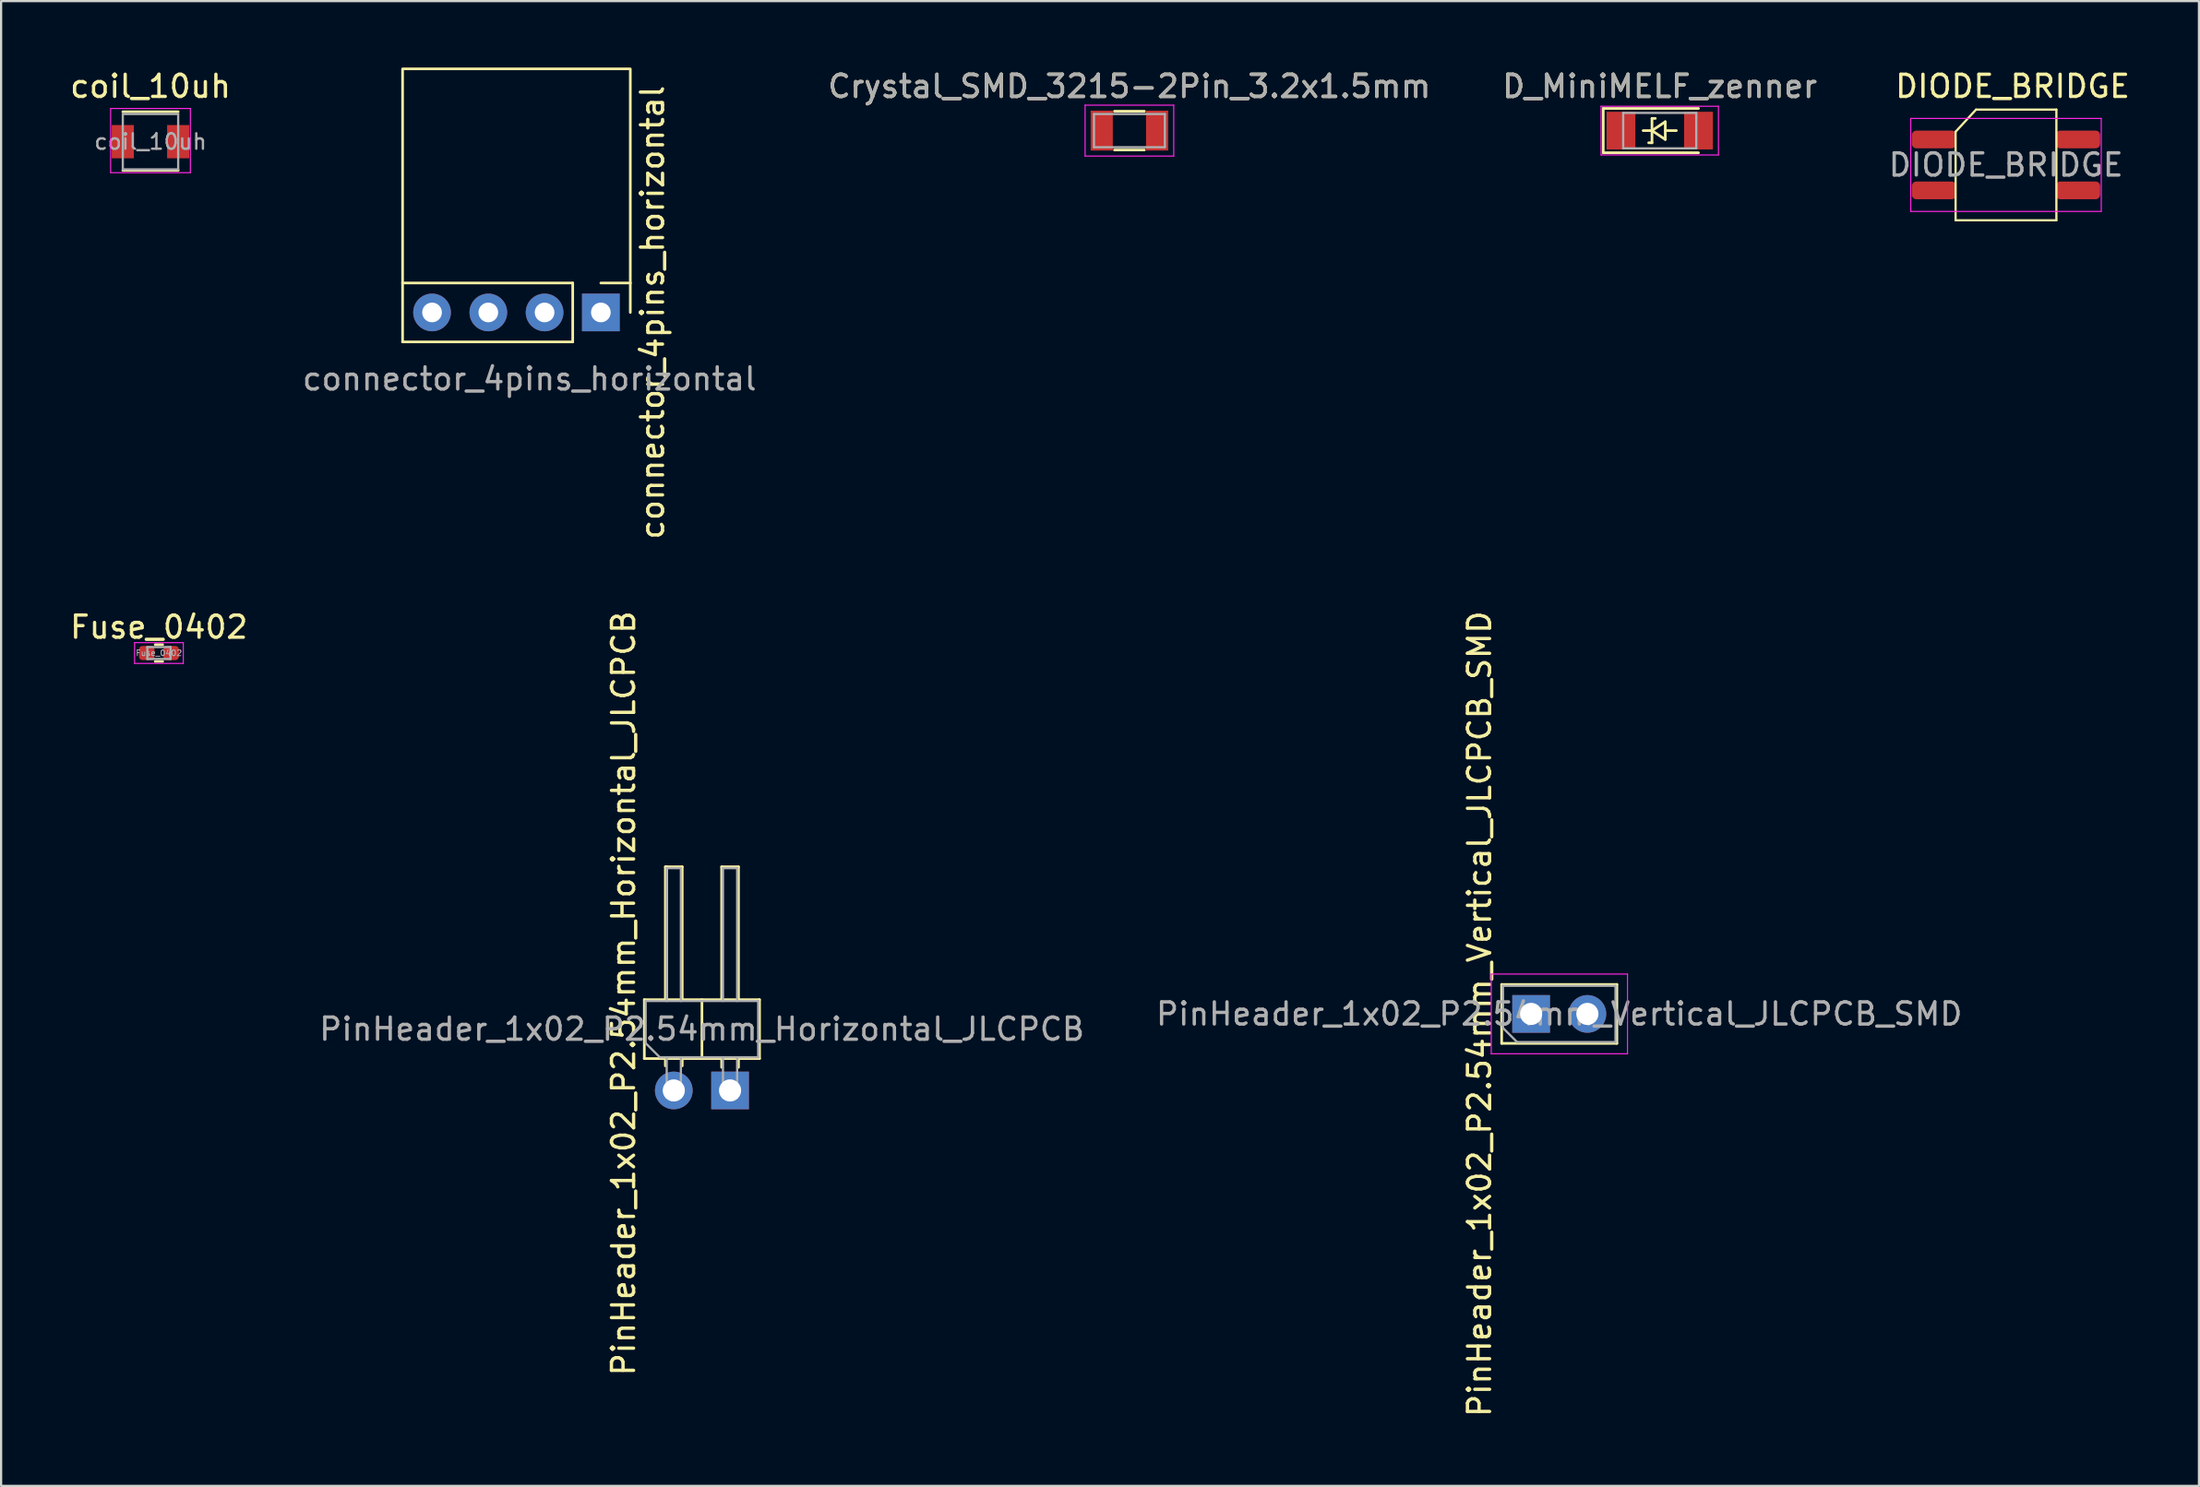
<source format=kicad_pcb>
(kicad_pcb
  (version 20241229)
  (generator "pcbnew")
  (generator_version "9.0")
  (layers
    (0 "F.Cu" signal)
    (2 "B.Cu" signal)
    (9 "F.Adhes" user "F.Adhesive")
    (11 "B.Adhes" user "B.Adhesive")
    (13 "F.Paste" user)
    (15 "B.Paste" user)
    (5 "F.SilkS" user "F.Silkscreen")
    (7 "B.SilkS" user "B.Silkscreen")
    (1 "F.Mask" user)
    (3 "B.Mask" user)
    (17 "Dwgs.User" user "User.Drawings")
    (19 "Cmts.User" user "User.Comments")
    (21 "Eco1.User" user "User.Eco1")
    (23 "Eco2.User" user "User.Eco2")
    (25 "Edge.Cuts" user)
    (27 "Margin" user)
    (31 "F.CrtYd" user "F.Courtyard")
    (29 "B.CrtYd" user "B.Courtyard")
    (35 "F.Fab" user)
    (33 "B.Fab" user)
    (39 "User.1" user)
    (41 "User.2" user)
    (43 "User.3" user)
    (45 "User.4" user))
  (footprint "PinHeader_1x02_P2.54mm_Vertical_JLCPCB_SMD"
    (layer "F.Cu")
    (at 67.339 42.739)
    (property "Reference" "PinHeader_1x02_P2.54mm_Vertical_JLCPCB_SMD" (at -3.6 0 90) (layer "F.SilkS") (effects (font (size 1 1) (thickness 0.15))))
    (attr smd)
    (fp_line (start -2.6 -1.33) (end 2.6 -1.33) (stroke (width 0.12) (type solid)) (layer "F.SilkS"))
    (fp_line (start -2.6 1.33) (end -2.6 -1.33) (stroke (width 0.12) (type solid)) (layer "F.SilkS"))
    (fp_line (start -2.6 1.33) (end 2.6 1.33) (stroke (width 0.12) (type solid)) (layer "F.SilkS"))
    (fp_line (start 2.6 1.33) (end 2.6 -1.33) (stroke (width 0.12) (type solid)) (layer "F.SilkS"))
    (fp_line (start -3.07 -1.8) (end -3.07 1.8) (stroke (width 0.05) (type solid)) (layer "F.CrtYd"))
    (fp_line (start -3.07 1.8) (end 3.08 1.8) (stroke (width 0.05) (type solid)) (layer "F.CrtYd"))
    (fp_line (start 3.08 -1.8) (end -3.07 -1.8) (stroke (width 0.05) (type solid)) (layer "F.CrtYd"))
    (fp_line (start 3.08 1.8) (end 3.08 -1.8) (stroke (width 0.05) (type solid)) (layer "F.CrtYd"))
    (fp_line (start -2.54 -1.27) (end 2.54 -1.27) (stroke (width 0.1) (type solid)) (layer "F.Fab"))
    (fp_line (start -2.54 0.635) (end -2.54 -1.27) (stroke (width 0.1) (type solid)) (layer "F.Fab"))
    (fp_line (start -1.905 1.27) (end -2.54 0.635) (stroke (width 0.1) (type solid)) (layer "F.Fab"))
    (fp_line (start 2.54 -1.27) (end 2.54 1.27) (stroke (width 0.1) (type solid)) (layer "F.Fab"))
    (fp_line (start 2.54 1.27) (end -1.905 1.27) (stroke (width 0.1) (type solid)) (layer "F.Fab"))
    (fp_text user "${REFERENCE}" (at 0 0 180) (layer "F.Fab") (effects (font (size 1 1) (thickness 0.15))))
    (pad "1" thru_hole rect (at -1.27 0) (size 1.7 1.7) (drill 1) (layers "*.Cu" "*.Mask"))
    (pad "2" thru_hole oval (at 1.27 0) (size 1.7 1.7) (drill 1) (layers "*.Cu" "*.Mask")))
  (footprint "DIODE_BRIDGE"
    (layer "F.Cu")
    (at 87.506 4.398)
    (property "Reference" "DIODE_BRIDGE" (at 0.3 -3.55 0) (layer "F.SilkS") (effects (font (size 1 1) (thickness 0.15))))
    (attr smd)
    (fp_line (start -2.275 -1.5) (end -1.35 -2.5) (stroke (width 0.1) (type solid)) (layer "F.SilkS"))
    (fp_line (start -2.275 2.5) (end -2.275 -1.5) (stroke (width 0.1) (type solid)) (layer "F.SilkS"))
    (fp_line (start -1.35 -2.5) (end 2.275 -2.5) (stroke (width 0.1) (type solid)) (layer "F.SilkS"))
    (fp_line (start 2.275 -2.5) (end 2.275 2.5) (stroke (width 0.1) (type solid)) (layer "F.SilkS"))
    (fp_line (start 2.275 2.5) (end -2.275 2.5) (stroke (width 0.1) (type solid)) (layer "F.SilkS"))
    (fp_line (start -4.3 -2.1) (end -4.3 2.1) (stroke (width 0.05) (type solid)) (layer "F.CrtYd"))
    (fp_line (start -4.3 2.1) (end 4.3 2.1) (stroke (width 0.05) (type solid)) (layer "F.CrtYd"))
    (fp_line (start 4.3 -2.1) (end -4.3 -2.1) (stroke (width 0.05) (type solid)) (layer "F.CrtYd"))
    (fp_line (start 4.3 2.1) (end 4.3 -2.1) (stroke (width 0.05) (type solid)) (layer "F.CrtYd"))
    (fp_text user "${REFERENCE}" (at 0 0 0) (layer "F.Fab") (effects (font (size 1 1) (thickness 0.15))))
    (pad "1" smd roundrect (at -3.25 -1.15) (size 2 0.8) (layers "F.Cu" "F.Mask" "F.Paste") (roundrect_rratio 0.25))
    (pad "2" smd roundrect (at -3.25 1.15) (size 2 0.8) (layers "F.Cu" "F.Mask" "F.Paste") (roundrect_rratio 0.25))
    (pad "3" smd roundrect (at 3.25 1.15) (size 2 0.8) (layers "F.Cu" "F.Mask" "F.Paste") (roundrect_rratio 0.25))
    (pad "4" smd roundrect (at 3.25 -1.15) (size 2 0.8) (layers "F.Cu" "F.Mask" "F.Paste") (roundrect_rratio 0.25)))
  (footprint "Crystal_SMD_3215-2Pin_3.2x1.5mm"
    (layer "F.Cu")
    (at 47.935 2.848)
    (property "Reference" "Crystal_SMD_3215-2Pin_3.2x1.5mm" (at 0 -2 0) (layer "F.SilkS") (effects (font (size 1 1) (thickness 0.15))))
    (attr smd)
    (fp_line (start -0.675 -0.875) (end 0.675 -0.875) (stroke (width 0.12) (type solid)) (layer "F.SilkS"))
    (fp_line (start -0.675 0.875) (end 0.675 0.875) (stroke (width 0.12) (type solid)) (layer "F.SilkS"))
    (fp_line (start -2 -1.15) (end -2 1.15) (stroke (width 0.05) (type solid)) (layer "F.CrtYd"))
    (fp_line (start -2 -1.15) (end 2 -1.15) (stroke (width 0.05) (type solid)) (layer "F.CrtYd"))
    (fp_line (start -2 1.15) (end 2 1.15) (stroke (width 0.05) (type solid)) (layer "F.CrtYd"))
    (fp_line (start 2 -1.15) (end 2 1.15) (stroke (width 0.05) (type solid)) (layer "F.CrtYd"))
    (fp_line (start -1.6 -0.75) (end -1.6 0.75) (stroke (width 0.1) (type solid)) (layer "F.Fab"))
    (fp_line (start -1.6 -0.75) (end 1.6 -0.75) (stroke (width 0.1) (type solid)) (layer "F.Fab"))
    (fp_line (start -1.6 0.75) (end 1.6 0.75) (stroke (width 0.1) (type solid)) (layer "F.Fab"))
    (fp_line (start 1.6 -0.75) (end 1.6 0.75) (stroke (width 0.1) (type solid)) (layer "F.Fab"))
    (fp_text user "${REFERENCE}" (at 0 -2 0) (layer "F.Fab") (effects (font (size 1 1) (thickness 0.15))))
    (pad "1" smd rect (at 1.25 0) (size 1 1.8) (layers "F.Cu" "F.Mask" "F.Paste"))
    (pad "2" smd rect (at -1.25 0) (size 1 1.8) (layers "F.Cu" "F.Mask" "F.Paste")))
  (footprint "Fuse_0402"
    (layer "F.Cu")
    (at 4.125 26.441)
    (property "Reference" "Fuse_0402" (at 0 -1.17 0) (layer "F.SilkS") (effects (font (size 1 1) (thickness 0.15))))
    (attr smd)
    (fp_line (start -0.168 -0.38) (end 0.168 -0.38) (stroke (width 0.12) (type solid)) (layer "F.SilkS"))
    (fp_line (start -0.168 0.38) (end 0.168 0.38) (stroke (width 0.12) (type solid)) (layer "F.SilkS"))
    (fp_line (start -1.1 -0.47) (end 1.1 -0.47) (stroke (width 0.05) (type solid)) (layer "F.CrtYd"))
    (fp_line (start -1.1 0.47) (end -1.1 -0.47) (stroke (width 0.05) (type solid)) (layer "F.CrtYd"))
    (fp_line (start 1.1 -0.47) (end 1.1 0.47) (stroke (width 0.05) (type solid)) (layer "F.CrtYd"))
    (fp_line (start 1.1 0.47) (end -1.1 0.47) (stroke (width 0.05) (type solid)) (layer "F.CrtYd"))
    (fp_line (start -0.525 -0.27) (end 0.525 -0.27) (stroke (width 0.1) (type solid)) (layer "F.Fab"))
    (fp_line (start -0.525 0.27) (end -0.525 -0.27) (stroke (width 0.1) (type solid)) (layer "F.Fab"))
    (fp_line (start 0.525 -0.27) (end 0.525 0.27) (stroke (width 0.1) (type solid)) (layer "F.Fab"))
    (fp_line (start 0.525 0.27) (end -0.525 0.27) (stroke (width 0.1) (type solid)) (layer "F.Fab"))
    (fp_text user "${REFERENCE}" (at 0 0 0) (layer "F.Fab") (effects (font (size 0.26 0.26) (thickness 0.04))))
    (pad "1" smd roundrect (at -0.55 0) (size 0.7 0.64) (layers "F.Cu" "F.Mask" "F.Paste") (roundrect_rratio 0.25))
    (pad "2" smd roundrect (at 0.55 0) (size 0.7 0.64) (layers "F.Cu" "F.Mask" "F.Paste") (roundrect_rratio 0.25)))
  (footprint "connector_4pins_horizontal"
    (layer "F.Cu")
    (at 20.264 11.06)
    (property "Reference" "connector_4pins_horizontal" (at 6.14 0 270) (layer "F.SilkS") (effects (font (size 1 1) (thickness 0.15))))
    (attr smd)
    (fp_line (start -5.14 -11) (end -5.14 -1.33) (stroke (width 0.12) (type solid)) (layer "F.SilkS"))
    (fp_line (start -5.14 -1.33) (end -5.14 1.33) (stroke (width 0.12) (type solid)) (layer "F.SilkS"))
    (fp_line (start 2.54 -1.33) (end -5.14 -1.33) (stroke (width 0.12) (type solid)) (layer "F.SilkS"))
    (fp_line (start 2.54 -1.33) (end 2.54 1.33) (stroke (width 0.12) (type solid)) (layer "F.SilkS"))
    (fp_line (start 2.54 1.33) (end -5.14 1.33) (stroke (width 0.12) (type solid)) (layer "F.SilkS"))
    (fp_line (start 3.81 -1.33) (end 5.14 -1.33) (stroke (width 0.12) (type solid)) (layer "F.SilkS"))
    (fp_line (start 5.08 -11) (end -5.08 -11) (stroke (width 0.12) (type solid)) (layer "F.SilkS"))
    (fp_line (start 5.14 -1.33) (end 5.14 -11) (stroke (width 0.12) (type solid)) (layer "F.SilkS"))
    (fp_line (start 5.14 -1.33) (end 5.14 0) (stroke (width 0.12) (type solid)) (layer "F.SilkS"))
    (fp_text user "${REFERENCE}" (at 0.587 3 0) (layer "F.Fab") (effects (font (size 1 1) (thickness 0.15))))
    (pad "1" thru_hole rect (at 3.81 0) (size 1.7 1.7) (drill 0.889) (layers "*.Cu" "*.Mask"))
    (pad "2" thru_hole oval (at 1.27 0) (size 1.7 1.7) (drill 0.889) (layers "*.Cu" "*.Mask"))
    (pad "3" thru_hole oval (at -1.27 0) (size 1.7 1.7) (drill 0.889) (layers "*.Cu" "*.Mask"))
    (pad "4" thru_hole oval (at -3.81 0) (size 1.7 1.7) (drill 0.889) (layers "*.Cu" "*.Mask")))
  (footprint "D_MiniMELF_zenner"
    (layer "F.Cu")
    (at 71.875 2.848)
    (property "Reference" "D_MiniMELF_zenner" (at 0 -2 0) (layer "F.SilkS") (effects (font (size 1 1) (thickness 0.15))))
    (attr smd)
    (fp_line (start -2.55 -1) (end -2.55 1) (stroke (width 0.12) (type solid)) (layer "F.SilkS"))
    (fp_line (start -2.55 1) (end 1.75 1) (stroke (width 0.12) (type solid)) (layer "F.SilkS"))
    (fp_line (start -0.75 0) (end -0.35 0) (stroke (width 0.12) (type solid)) (layer "F.SilkS"))
    (fp_line (start -0.5 0.55) (end -0.35 0.55) (stroke (width 0.12) (type solid)) (layer "F.SilkS"))
    (fp_line (start -0.35 -0.55) (end -0.2 -0.55) (stroke (width 0.12) (type solid)) (layer "F.SilkS"))
    (fp_line (start -0.35 0) (end -0.35 -0.55) (stroke (width 0.12) (type solid)) (layer "F.SilkS"))
    (fp_line (start -0.35 0) (end -0.35 0.55) (stroke (width 0.12) (type solid)) (layer "F.SilkS"))
    (fp_line (start -0.35 0) (end 0.25 -0.4) (stroke (width 0.12) (type solid)) (layer "F.SilkS"))
    (fp_line (start 0.25 -0.4) (end 0.25 0.4) (stroke (width 0.12) (type solid)) (layer "F.SilkS"))
    (fp_line (start 0.25 0) (end 0.75 0) (stroke (width 0.12) (type solid)) (layer "F.SilkS"))
    (fp_line (start 0.25 0.4) (end -0.35 0) (stroke (width 0.12) (type solid)) (layer "F.SilkS"))
    (fp_line (start 1.75 -1) (end -2.55 -1) (stroke (width 0.12) (type solid)) (layer "F.SilkS"))
    (fp_line (start -2.65 -1.1) (end 2.65 -1.1) (stroke (width 0.05) (type solid)) (layer "F.CrtYd"))
    (fp_line (start -2.65 1.1) (end -2.65 -1.1) (stroke (width 0.05) (type solid)) (layer "F.CrtYd"))
    (fp_line (start 2.65 -1.1) (end 2.65 1.1) (stroke (width 0.05) (type solid)) (layer "F.CrtYd"))
    (fp_line (start 2.65 1.1) (end -2.65 1.1) (stroke (width 0.05) (type solid)) (layer "F.CrtYd"))
    (fp_line (start -1.65 -0.8) (end 1.65 -0.8) (stroke (width 0.1) (type solid)) (layer "F.Fab"))
    (fp_line (start -1.65 0.8) (end -1.65 -0.8) (stroke (width 0.1) (type solid)) (layer "F.Fab"))
    (fp_line (start 1.65 -0.8) (end 1.65 0.8) (stroke (width 0.1) (type solid)) (layer "F.Fab"))
    (fp_line (start 1.65 0.8) (end -1.65 0.8) (stroke (width 0.1) (type solid)) (layer "F.Fab"))
    (fp_text user "${REFERENCE}" (at 0 -2 0) (layer "F.Fab") (effects (font (size 1 1) (thickness 0.15))))
    (pad "1" smd rect (at -1.75 0) (size 1.3 1.7) (layers "F.Cu" "F.Mask" "F.Paste"))
    (pad "2" smd rect (at 1.75 0) (size 1.3 1.7) (layers "F.Cu" "F.Mask" "F.Paste")))
  (footprint "PinHeader_1x02_P2.54mm_Horizontal_JLCPCB"
    (layer "F.Cu")
    (at 28.637 46.195)
    (property "Reference" "PinHeader_1x02_P2.54mm_Horizontal_JLCPCB" (at -3.54 -4.385 90) (layer "F.SilkS") (effects (font (size 1 1) (thickness 0.15))))
    (attr smd)
    (fp_line (start -2.6 -4.1) (end -2.6 -1.44) (stroke (width 0.12) (type solid)) (layer "F.SilkS"))
    (fp_line (start -2.6 -1.44) (end 2.6 -1.44) (stroke (width 0.12) (type solid)) (layer "F.SilkS"))
    (fp_line (start -1.65 -10.1) (end -0.89 -10.1) (stroke (width 0.12) (type solid)) (layer "F.SilkS"))
    (fp_line (start -1.65 -4.1) (end -1.65 -10.1) (stroke (width 0.12) (type solid)) (layer "F.SilkS"))
    (fp_line (start -1.65 -1.11) (end -1.65 -1.44) (stroke (width 0.12) (type solid)) (layer "F.SilkS"))
    (fp_line (start -1.59 -4.1) (end -1.59 -10.1) (stroke (width 0.12) (type solid)) (layer "F.SilkS"))
    (fp_line (start -0.89 -10.1) (end -0.89 -4.1) (stroke (width 0.12) (type solid)) (layer "F.SilkS"))
    (fp_line (start -0.89 -1.11) (end -0.89 -1.44) (stroke (width 0.12) (type solid)) (layer "F.SilkS"))
    (fp_line (start 0 -1.44) (end 0 -4.1) (stroke (width 0.12) (type solid)) (layer "F.SilkS"))
    (fp_line (start 0.89 -10.1) (end 1.65 -10.1) (stroke (width 0.12) (type solid)) (layer "F.SilkS"))
    (fp_line (start 0.89 -4.1) (end 0.89 -10.1) (stroke (width 0.12) (type solid)) (layer "F.SilkS"))
    (fp_line (start 0.89 -1.043) (end 0.89 -1.44) (stroke (width 0.12) (type solid)) (layer "F.SilkS"))
    (fp_line (start 1.65 -10.1) (end 1.65 -4.1) (stroke (width 0.12) (type solid)) (layer "F.SilkS"))
    (fp_line (start 1.65 -1.043) (end 1.65 -1.44) (stroke (width 0.12) (type solid)) (layer "F.SilkS"))
    (fp_line (start 2.6 -4.1) (end -2.6 -4.1) (stroke (width 0.12) (type solid)) (layer "F.SilkS"))
    (fp_line (start 2.6 -1.44) (end 2.6 -4.1) (stroke (width 0.12) (type solid)) (layer "F.SilkS"))
    (fp_line (start -2.54 -4.04) (end 2.54 -4.04) (stroke (width 0.1) (type solid)) (layer "F.Fab"))
    (fp_line (start -2.54 -2.135) (end -2.54 -4.04) (stroke (width 0.1) (type solid)) (layer "F.Fab"))
    (fp_line (start -1.905 -1.5) (end -2.54 -2.135) (stroke (width 0.1) (type solid)) (layer "F.Fab"))
    (fp_line (start -1.59 -10.04) (end -0.95 -10.04) (stroke (width 0.1) (type solid)) (layer "F.Fab"))
    (fp_line (start -1.59 -4.04) (end -1.59 -10.04) (stroke (width 0.1) (type solid)) (layer "F.Fab"))
    (fp_line (start -1.59 0.32) (end -1.59 -1.5) (stroke (width 0.1) (type solid)) (layer "F.Fab"))
    (fp_line (start -1.59 0.32) (end -0.95 0.32) (stroke (width 0.1) (type solid)) (layer "F.Fab"))
    (fp_line (start -0.95 -4.04) (end -0.95 -10.04) (stroke (width 0.1) (type solid)) (layer "F.Fab"))
    (fp_line (start -0.95 0.32) (end -0.95 -1.5) (stroke (width 0.1) (type solid)) (layer "F.Fab"))
    (fp_line (start 0.95 -10.04) (end 1.59 -10.04) (stroke (width 0.1) (type solid)) (layer "F.Fab"))
    (fp_line (start 0.95 -4.04) (end 0.95 -10.04) (stroke (width 0.1) (type solid)) (layer "F.Fab"))
    (fp_line (start 0.95 0.32) (end 0.95 -1.5) (stroke (width 0.1) (type solid)) (layer "F.Fab"))
    (fp_line (start 0.95 0.32) (end 1.59 0.32) (stroke (width 0.1) (type solid)) (layer "F.Fab"))
    (fp_line (start 1.59 -4.04) (end 1.59 -10.04) (stroke (width 0.1) (type solid)) (layer "F.Fab"))
    (fp_line (start 1.59 0.32) (end 1.59 -1.5) (stroke (width 0.1) (type solid)) (layer "F.Fab"))
    (fp_line (start 2.54 -4.04) (end 2.54 -1.5) (stroke (width 0.1) (type solid)) (layer "F.Fab"))
    (fp_line (start 2.54 -1.5) (end -1.905 -1.5) (stroke (width 0.1) (type solid)) (layer "F.Fab"))
    (fp_text user "${REFERENCE}" (at 0 -2.77 180) (layer "F.Fab") (effects (font (size 1 1) (thickness 0.15))))
    (pad "1" thru_hole rect (at 1.27 0) (size 1.7 1.7) (drill 1) (layers "*.Cu" "*.Mask"))
    (pad "2" thru_hole circle (at -1.27 0) (size 1.7 1.7) (drill 1) (layers "*.Cu" "*.Mask")))
  (footprint "coil_10uh"
    (layer "F.Cu")
    (at 3.744 3.348)
    (property "Reference" "coil_10uh" (at 0 -2.5 0) (layer "F.SilkS") (effects (font (size 1 1) (thickness 0.15))))
    (attr smd)
    (fp_line (start -1.25 -1.35) (end 1.25 -1.35) (stroke (width 0.12) (type solid)) (layer "F.SilkS"))
    (fp_line (start -1.25 1.3) (end 1.25 1.3) (stroke (width 0.12) (type solid)) (layer "F.SilkS"))
    (fp_line (start -1.8 -1.5) (end -1.8 1.4) (stroke (width 0.05) (type solid)) (layer "F.CrtYd"))
    (fp_line (start -1.8 1.4) (end 1.8 1.4) (stroke (width 0.05) (type solid)) (layer "F.CrtYd"))
    (fp_line (start 1.8 -1.5) (end -1.8 -1.5) (stroke (width 0.05) (type solid)) (layer "F.CrtYd"))
    (fp_line (start 1.8 1.4) (end 1.8 -1.5) (stroke (width 0.05) (type solid)) (layer "F.CrtYd"))
    (fp_line (start -1.25 -1.25) (end -1.25 1.25) (stroke (width 0.1) (type solid)) (layer "F.Fab"))
    (fp_line (start -1.25 1.25) (end 1.25 1.25) (stroke (width 0.1) (type solid)) (layer "F.Fab"))
    (fp_line (start 1.25 -1.25) (end -1.25 -1.25) (stroke (width 0.1) (type solid)) (layer "F.Fab"))
    (fp_line (start 1.25 1.25) (end 1.25 -1.25) (stroke (width 0.1) (type solid)) (layer "F.Fab"))
    (fp_text user "${REFERENCE}" (at 0 0 0) (layer "F.Fab") (effects (font (size 0.7 0.7) (thickness 0.105))))
    (pad "1" smd rect (at -1.25 0) (size 1 1.5) (layers "F.Cu" "F.Mask" "F.Paste"))
    (pad "2" smd rect (at 1.25 0) (size 1 1.5) (layers "F.Cu" "F.Mask" "F.Paste")))
  (gr_rect
    (start -3 -3)
    (end 96.217 64.054)
    (stroke (width 0.1) (type default))
    (fill no)
    (layer "Edge.Cuts")))
</source>
